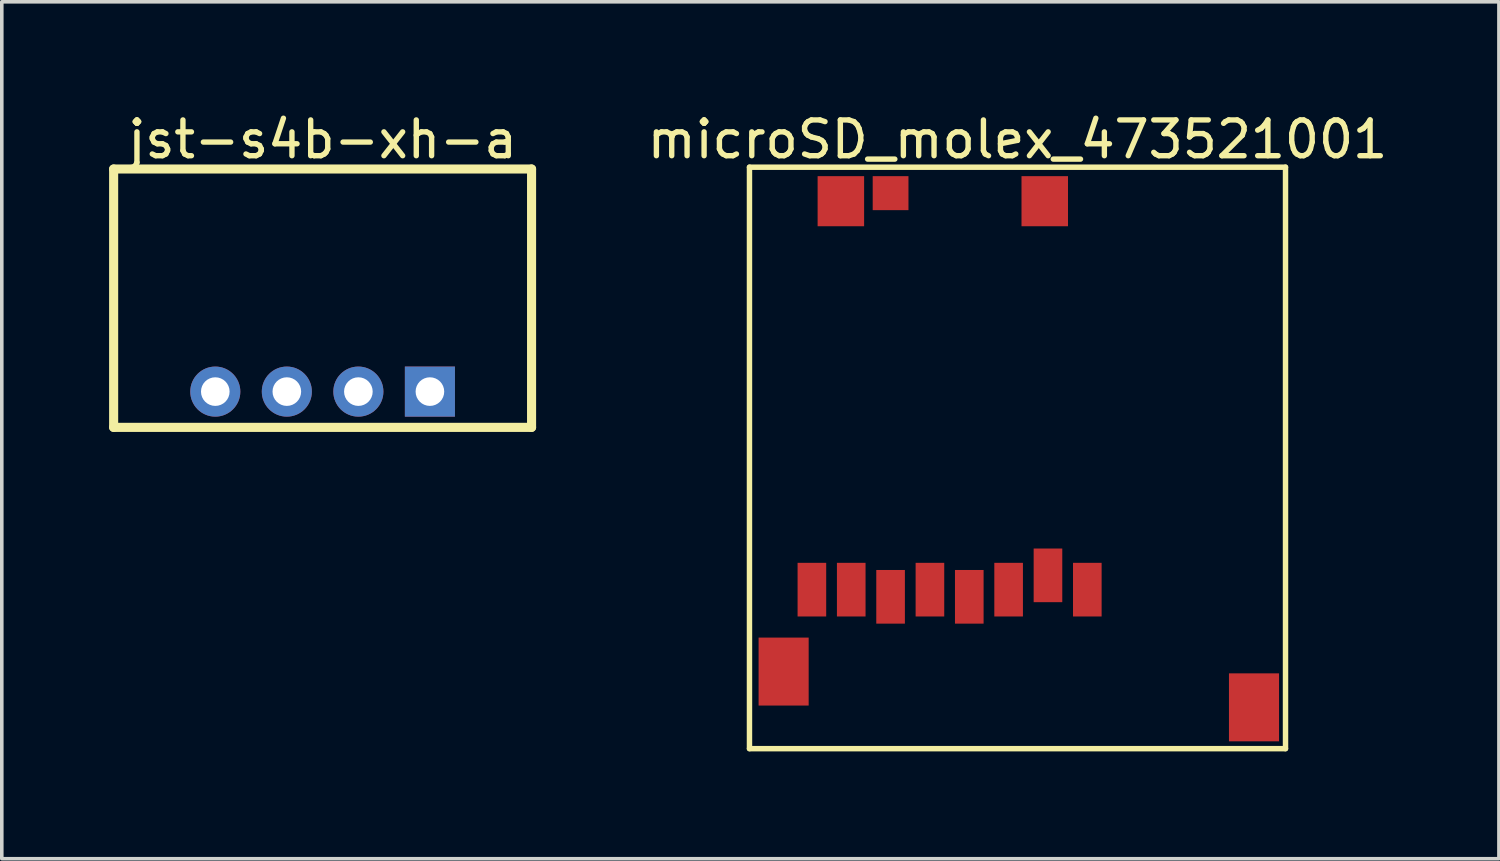
<source format=kicad_pcb>
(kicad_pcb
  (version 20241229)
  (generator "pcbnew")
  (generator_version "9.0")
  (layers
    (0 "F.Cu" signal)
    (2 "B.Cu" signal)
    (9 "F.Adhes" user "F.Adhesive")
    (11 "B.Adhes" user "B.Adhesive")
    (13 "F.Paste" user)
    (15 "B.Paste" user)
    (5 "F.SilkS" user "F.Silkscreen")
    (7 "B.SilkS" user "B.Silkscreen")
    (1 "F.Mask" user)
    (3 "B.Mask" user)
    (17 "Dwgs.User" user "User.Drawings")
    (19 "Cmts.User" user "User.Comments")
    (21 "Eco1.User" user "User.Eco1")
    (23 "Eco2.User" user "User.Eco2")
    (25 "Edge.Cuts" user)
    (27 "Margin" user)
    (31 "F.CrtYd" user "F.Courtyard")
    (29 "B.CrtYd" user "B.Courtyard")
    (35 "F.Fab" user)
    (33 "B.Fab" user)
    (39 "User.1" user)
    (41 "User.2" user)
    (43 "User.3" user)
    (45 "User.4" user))
  (footprint "jst-s4b-xh-a"
    (layer "F.Cu")
    (at 5.969 7.898)
    (property "Reference" "jst-s4b-xh-a" (at 0 -7.05 0) (layer "F.SilkS") (effects (font (size 1 1) (thickness 0.15))))
    (fp_line (start -5.842 -6.223) (end 5.842 -6.223) (stroke (width 0.254) (type solid)) (layer "F.SilkS"))
    (fp_line (start -5.842 1) (end -5.842 -6.223) (stroke (width 0.254) (type solid)) (layer "F.SilkS"))
    (fp_line (start -5.842 1) (end 5.842 1) (stroke (width 0.254) (type solid)) (layer "F.SilkS"))
    (fp_line (start 5.842 1) (end 5.842 -6.223) (stroke (width 0.254) (type solid)) (layer "F.SilkS"))
    (pad "1" thru_hole rect (at 3 0) (size 1.4 1.4) (drill 0.8) (layers "*.Cu" "*.Mask"))
    (pad "2" thru_hole circle (at 1 0) (size 1.4 1.4) (drill 0.8) (layers "*.Cu" "*.Mask"))
    (pad "3" thru_hole circle (at -1 0) (size 1.4 1.4) (drill 0.8) (layers "*.Cu" "*.Mask"))
    (pad "4" thru_hole circle (at -3 0) (size 1.4 1.4) (drill 0.8) (layers "*.Cu" "*.Mask")))
  (footprint "microSD_molex_473521001"
    (layer "F.Cu")
    (at 19.808 3.275)
    (property "Reference" "microSD_molex_473521001" (at 5.588 -2.427 0) (layer "F.SilkS") (effects (font (size 1 1) (thickness 0.15))))
    (fp_line (start -1.905 -1.651) (end 13.081 -1.651) (stroke (width 0.152) (type solid)) (layer "F.SilkS"))
    (fp_line (start -1.905 14.605) (end -1.905 -1.651) (stroke (width 0.152) (type solid)) (layer "F.SilkS"))
    (fp_line (start -1.905 14.605) (end 13.081 14.605) (stroke (width 0.152) (type solid)) (layer "F.SilkS"))
    (fp_line (start 13.081 14.605) (end 13.081 -1.651) (stroke (width 0.152) (type solid)) (layer "F.SilkS"))
    (pad "0" smd rect (at -0.95 12.45) (size 1.4 1.9) (layers "F.Cu" "F.Mask" "F.Paste"))
    (pad "0" smd rect (at 0.65 -0.7) (size 1.3 1.4) (layers "F.Cu" "F.Mask" "F.Paste"))
    (pad "0" smd rect (at 6.35 -0.7) (size 1.3 1.4) (layers "F.Cu" "F.Mask" "F.Paste"))
    (pad "0" smd rect (at 12.2 13.45) (size 1.4 1.9) (layers "F.Cu" "F.Mask" "F.Paste"))
    (pad "1" smd rect (at 7.54 10.16) (size 0.8 1.5) (layers "F.Cu" "F.Mask" "F.Paste"))
    (pad "2" smd rect (at 6.44 9.76) (size 0.8 1.5) (layers "F.Cu" "F.Mask" "F.Paste"))
    (pad "3" smd rect (at 5.34 10.16) (size 0.8 1.5) (layers "F.Cu" "F.Mask" "F.Paste"))
    (pad "4" smd rect (at 4.24 10.36) (size 0.8 1.5) (layers "F.Cu" "F.Mask" "F.Paste"))
    (pad "5" smd rect (at 3.14 10.16) (size 0.8 1.5) (layers "F.Cu" "F.Mask" "F.Paste"))
    (pad "6" smd rect (at 2.04 10.36) (size 0.8 1.5) (layers "F.Cu" "F.Mask" "F.Paste"))
    (pad "7" smd rect (at 0.94 10.16) (size 0.8 1.5) (layers "F.Cu" "F.Mask" "F.Paste"))
    (pad "8" smd rect (at -0.16 10.16) (size 0.8 1.5) (layers "F.Cu" "F.Mask" "F.Paste"))
    (pad "9" smd rect (at 2.04 -0.925) (size 1 0.95) (layers "F.Cu" "F.Mask" "F.Paste")))
  (gr_rect
    (start -3 -3)
    (end 38.855 20.957)
    (stroke (width 0.1) (type default))
    (fill no)
    (layer "Edge.Cuts")))
</source>
